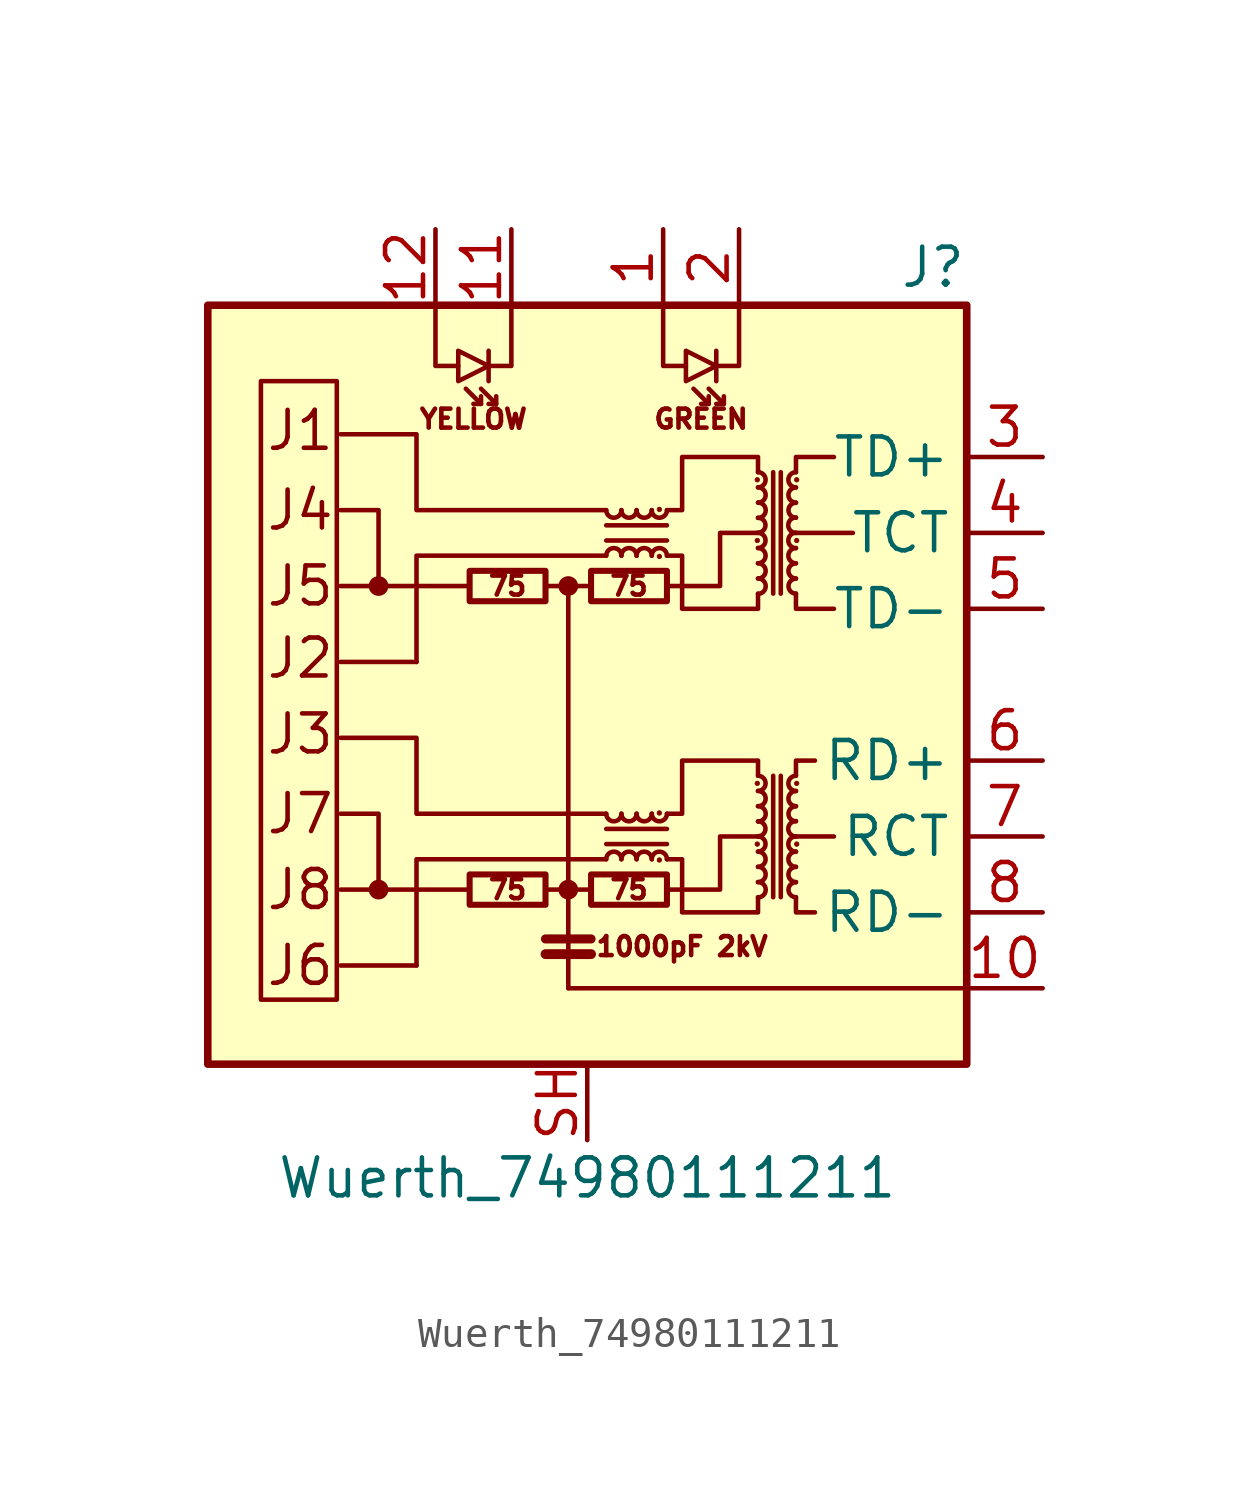
<source format=kicad_sym>
(kicad_symbol_lib
  (version 20201005)
  (generator kicad_symbol_editor)
  (symbol "Connector:Wuerth_74980111211"
    (property "Reference" "J"
      (at 12.7 13.97 0)
      (effects (font (size 1.27 1.27)) (justify right)))
    (property "Value" "Wuerth_74980111211"
      (at 0 -16.51 0)
      (effects (font (size 1.27 1.27))))
    (symbol "Wuerth_74980111211_0_0"
      (text "1000pF 2kV" (at 3.175 -8.763 0) (effects (font (size 0.635 0.635))))
      (text "75" (at -2.667 -6.858 0) (effects (font (size 0.635 0.635))))
      (text "75" (at -2.667 3.302 0) (effects (font (size 0.635 0.635))))
      (text "75" (at 1.397 -6.858 0) (effects (font (size 0.635 0.635))))
      (text "75" (at 1.397 3.302 0) (effects (font (size 0.635 0.635))))
      (text "GREEN" (at 3.81 8.89 0) (effects (font (size 0.635 0.635))))
      (text "J1" (at -10.795 8.509 0) (effects (font (size 1.27 1.27)) (justify left)))
      (text "J2" (at -10.795 0.889 0) (effects (font (size 1.27 1.27)) (justify left)))
      (text "J3" (at -10.795 -1.651 0) (effects (font (size 1.27 1.27)) (justify left)))
      (text "J4" (at -10.795 5.842 0) (effects (font (size 1.27 1.27)) (justify left)))
      (text "J5" (at -10.795 3.302 0) (effects (font (size 1.27 1.27)) (justify left)))
      (text "J6" (at -10.795 -9.398 0) (effects (font (size 1.27 1.27)) (justify left)))
      (text "J7" (at -10.795 -4.318 0) (effects (font (size 1.27 1.27)) (justify left)))
      (text "J8" (at -10.795 -6.858 0) (effects (font (size 1.27 1.27)) (justify left)))
      (text "YELLOW" (at -3.81 8.89 0) (effects (font (size 0.635 0.635))))
      (rectangle (start -12.7 12.7) (end 12.7 -12.7) (stroke (width 0.254)) (fill (type background)))
      (polyline (pts (xy -3.937 -6.858) (xy -8.255 -6.858)) (stroke (width 0)) (fill (type none)))
      (polyline (pts (xy -3.937 3.302) (xy -8.255 3.302)) (stroke (width 0)) (fill (type none)))
      (polyline (pts (xy -0.635 -10.16) (xy 12.7 -10.16)) (stroke (width 0)) (fill (type none)))
      (polyline (pts (xy 8.255 -5.08) (xy 6.985 -5.08)) (stroke (width 0)) (fill (type none)))
      (polyline (pts (xy 8.89 5.08) (xy 6.985 5.08)) (stroke (width 0)) (fill (type none)))
      (polyline (pts (xy 0.635 -4.318) (xy -5.715 -4.318) (xy -5.715 -1.778) (xy -8.255 -1.778)) (stroke (width 0)) (fill (type none)))
      (polyline (pts (xy 0.635 5.842) (xy -5.715 5.842) (xy -5.715 8.382) (xy -8.255 8.382)) (stroke (width 0)) (fill (type none)))
      (polyline (pts (xy 2.667 -6.858) (xy 4.445 -6.858) (xy 4.445 -5.08) (xy 5.715 -5.08)) (stroke (width 0)) (fill (type none)))
      (polyline (pts (xy 2.667 3.302) (xy 4.445 3.302) (xy 4.445 5.08) (xy 5.715 5.08)) (stroke (width 0)) (fill (type none))))
    (symbol "Wuerth_74980111211_0_1"
      (arc (start 1.143 -5.842) (end 0.635 -5.842) (radius (at 0.889 -5.842) (length 0.254) (angles 0.1 179.9)) (stroke (width 0)) (fill (type none)))
      (arc (start 0.635 -4.318) (end 1.143 -4.318) (radius (at 0.889 -4.318) (length 0.254) (angles -179.9 -0.1)) (stroke (width 0)) (fill (type none)))
      (arc (start 1.143 4.318) (end 0.635 4.318) (radius (at 0.889 4.318) (length 0.254) (angles 0.1 179.9)) (stroke (width 0)) (fill (type none)))
      (arc (start 0.635 5.842) (end 1.143 5.842) (radius (at 0.889 5.842) (length 0.254) (angles -179.9 -0.1)) (stroke (width 0)) (fill (type none)))
      (arc (start 1.651 -5.842) (end 1.143 -5.842) (radius (at 1.397 -5.842) (length 0.254) (angles 0.1 179.9)) (stroke (width 0)) (fill (type none)))
      (arc (start 1.143 -4.318) (end 1.651 -4.318) (radius (at 1.397 -4.318) (length 0.254) (angles -179.9 -0.1)) (stroke (width 0)) (fill (type none)))
      (arc (start 1.651 4.318) (end 1.143 4.318) (radius (at 1.397 4.318) (length 0.254) (angles 0.1 179.9)) (stroke (width 0)) (fill (type none)))
      (arc (start 1.143 5.842) (end 1.651 5.842) (radius (at 1.397 5.842) (length 0.254) (angles -179.9 -0.1)) (stroke (width 0)) (fill (type none)))
      (arc (start 2.159 -5.842) (end 1.651 -5.842) (radius (at 1.905 -5.842) (length 0.254) (angles 0.1 179.9)) (stroke (width 0)) (fill (type none)))
      (arc (start 1.651 -4.318) (end 2.159 -4.318) (radius (at 1.905 -4.318) (length 0.254) (angles -179.9 -0.1)) (stroke (width 0)) (fill (type none)))
      (arc (start 2.159 4.318) (end 1.651 4.318) (radius (at 1.905 4.318) (length 0.254) (angles 0.1 179.9)) (stroke (width 0)) (fill (type none)))
      (arc (start 1.651 5.842) (end 2.159 5.842) (radius (at 1.905 5.842) (length 0.254) (angles -179.9 -0.1)) (stroke (width 0)) (fill (type none)))
      (arc (start 2.667 -5.842) (end 2.159 -5.842) (radius (at 2.413 -5.842) (length 0.254) (angles 0.1 179.9)) (stroke (width 0)) (fill (type none)))
      (arc (start 2.159 -4.318) (end 2.667 -4.318) (radius (at 2.413 -4.318) (length 0.254) (angles -179.9 -0.1)) (stroke (width 0)) (fill (type none)))
      (arc (start 2.667 4.318) (end 2.159 4.318) (radius (at 2.413 4.318) (length 0.254) (angles 0.1 179.9)) (stroke (width 0)) (fill (type none)))
      (arc (start 2.159 5.842) (end 2.667 5.842) (radius (at 2.413 5.842) (length 0.254) (angles -179.9 -0.1)) (stroke (width 0)) (fill (type none)))
      (arc (start 5.715 -7.112) (end 5.715 -6.604) (radius (at 5.715 -6.858) (length 0.254) (angles -89.9 89.9)) (stroke (width 0)) (fill (type none)))
      (arc (start 5.715 -6.604) (end 5.715 -6.096) (radius (at 5.715 -6.35) (length 0.254) (angles -89.9 89.9)) (stroke (width 0)) (fill (type none)))
      (arc (start 5.715 -6.096) (end 5.715 -5.588) (radius (at 5.715 -5.842) (length 0.254) (angles -89.9 89.9)) (stroke (width 0)) (fill (type none)))
      (arc (start 5.715 -5.588) (end 5.715 -5.08) (radius (at 5.715 -5.334) (length 0.254) (angles -89.9 89.9)) (stroke (width 0)) (fill (type none)))
      (arc (start 5.715 -5.08) (end 5.715 -4.572) (radius (at 5.715 -4.826) (length 0.254) (angles -89.9 89.9)) (stroke (width 0)) (fill (type none)))
      (arc (start 5.715 -4.572) (end 5.715 -4.064) (radius (at 5.715 -4.318) (length 0.254) (angles -89.9 89.9)) (stroke (width 0)) (fill (type none)))
      (arc (start 5.715 -4.064) (end 5.715 -3.556) (radius (at 5.715 -3.81) (length 0.254) (angles -89.9 89.9)) (stroke (width 0)) (fill (type none)))
      (arc (start 5.715 -3.556) (end 5.715 -3.048) (radius (at 5.715 -3.302) (length 0.254) (angles -89.9 89.9)) (stroke (width 0)) (fill (type none)))
      (arc (start 5.715 3.048) (end 5.715 3.556) (radius (at 5.715 3.302) (length 0.254) (angles -89.9 89.9)) (stroke (width 0)) (fill (type none)))
      (arc (start 5.715 3.556) (end 5.715 4.064) (radius (at 5.715 3.81) (length 0.254) (angles -89.9 89.9)) (stroke (width 0)) (fill (type none)))
      (arc (start 5.715 4.064) (end 5.715 4.572) (radius (at 5.715 4.318) (length 0.254) (angles -89.9 89.9)) (stroke (width 0)) (fill (type none)))
      (arc (start 5.715 4.572) (end 5.715 5.08) (radius (at 5.715 4.826) (length 0.254) (angles -89.9 89.9)) (stroke (width 0)) (fill (type none)))
      (arc (start 5.715 5.08) (end 5.715 5.588) (radius (at 5.715 5.334) (length 0.254) (angles -89.9 89.9)) (stroke (width 0)) (fill (type none)))
      (arc (start 5.715 5.588) (end 5.715 6.096) (radius (at 5.715 5.842) (length 0.254) (angles -89.9 89.9)) (stroke (width 0)) (fill (type none)))
      (arc (start 5.715 6.096) (end 5.715 6.604) (radius (at 5.715 6.35) (length 0.254) (angles -89.9 89.9)) (stroke (width 0)) (fill (type none)))
      (arc (start 5.715 6.604) (end 5.715 7.112) (radius (at 5.715 6.858) (length 0.254) (angles -89.9 89.9)) (stroke (width 0)) (fill (type none)))
      (arc (start 6.985 -6.604) (end 6.985 -7.112) (radius (at 6.985 -6.858) (length 0.254) (angles 90.1 -90.1)) (stroke (width 0)) (fill (type none)))
      (arc (start 6.985 -6.096) (end 6.985 -6.604) (radius (at 6.985 -6.35) (length 0.254) (angles 90.1 -90.1)) (stroke (width 0)) (fill (type none)))
      (arc (start 6.985 -5.588) (end 6.985 -6.096) (radius (at 6.985 -5.842) (length 0.254) (angles 90.1 -90.1)) (stroke (width 0)) (fill (type none)))
      (arc (start 6.985 -5.08) (end 6.985 -5.588) (radius (at 6.985 -5.334) (length 0.254) (angles 90.1 -90.1)) (stroke (width 0)) (fill (type none)))
      (arc (start 6.985 -4.572) (end 6.985 -5.08) (radius (at 6.985 -4.826) (length 0.254) (angles 90.1 -90.1)) (stroke (width 0)) (fill (type none)))
      (arc (start 6.985 -4.064) (end 6.985 -4.572) (radius (at 6.985 -4.318) (length 0.254) (angles 90.1 -90.1)) (stroke (width 0)) (fill (type none)))
      (arc (start 6.985 -3.556) (end 6.985 -4.064) (radius (at 6.985 -3.81) (length 0.254) (angles 90.1 -90.1)) (stroke (width 0)) (fill (type none)))
      (arc (start 6.985 -3.048) (end 6.985 -3.556) (radius (at 6.985 -3.302) (length 0.254) (angles 90.1 -90.1)) (stroke (width 0)) (fill (type none)))
      (arc (start 6.985 3.556) (end 6.985 3.048) (radius (at 6.985 3.302) (length 0.254) (angles 90.1 -90.1)) (stroke (width 0)) (fill (type none)))
      (arc (start 6.985 4.064) (end 6.985 3.556) (radius (at 6.985 3.81) (length 0.254) (angles 90.1 -90.1)) (stroke (width 0)) (fill (type none)))
      (arc (start 6.985 4.572) (end 6.985 4.064) (radius (at 6.985 4.318) (length 0.254) (angles 90.1 -90.1)) (stroke (width 0)) (fill (type none)))
      (arc (start 6.985 5.08) (end 6.985 4.572) (radius (at 6.985 4.826) (length 0.254) (angles 90.1 -90.1)) (stroke (width 0)) (fill (type none)))
      (arc (start 6.985 5.588) (end 6.985 5.08) (radius (at 6.985 5.334) (length 0.254) (angles 90.1 -90.1)) (stroke (width 0)) (fill (type none)))
      (arc (start 6.985 6.096) (end 6.985 5.588) (radius (at 6.985 5.842) (length 0.254) (angles 90.1 -90.1)) (stroke (width 0)) (fill (type none)))
      (arc (start 6.985 6.604) (end 6.985 6.096) (radius (at 6.985 6.35) (length 0.254) (angles 90.1 -90.1)) (stroke (width 0)) (fill (type none)))
      (arc (start 6.985 7.112) (end 6.985 6.604) (radius (at 6.985 6.858) (length 0.254) (angles 90.1 -90.1)) (stroke (width 0)) (fill (type none)))
      (circle (center -6.985 -6.858) (radius 0.254) (stroke (width 0)) (fill (type outline)))
      (circle (center -6.985 3.302) (radius 0.254) (stroke (width 0)) (fill (type outline)))
      (circle (center -0.635 -6.858) (radius 0.254) (stroke (width 0)) (fill (type outline)))
      (circle (center -0.635 3.302) (radius 0.254) (stroke (width 0)) (fill (type outline)))
      (circle (center 2.413 -5.867) (radius 0.076) (stroke (width 0.025)) (fill (type outline)))
      (circle (center 2.413 -4.293) (radius 0.076) (stroke (width 0.025)) (fill (type outline)))
      (circle (center 2.413 4.293) (radius 0.076) (stroke (width 0.025)) (fill (type outline)))
      (circle (center 2.413 5.867) (radius 0.076) (stroke (width 0.025)) (fill (type outline)))
      (circle (center 5.69 -5.334) (radius 0.076) (stroke (width 0.025)) (fill (type outline)))
      (circle (center 5.69 -3.302) (radius 0.076) (stroke (width 0.025)) (fill (type outline)))
      (circle (center 5.69 4.826) (radius 0.076) (stroke (width 0.025)) (fill (type outline)))
      (circle (center 5.69 6.858) (radius 0.076) (stroke (width 0.025)) (fill (type outline)))
      (circle (center 7.01 -5.334) (radius 0.076) (stroke (width 0.025)) (fill (type outline)))
      (circle (center 7.01 -3.302) (radius 0.076) (stroke (width 0.025)) (fill (type outline)))
      (circle (center 7.01 4.826) (radius 0.076) (stroke (width 0.025)) (fill (type outline)))
      (circle (center 7.01 6.858) (radius 0.076) (stroke (width 0.025)) (fill (type outline)))
      (rectangle (start -8.382 -10.541) (end -10.922 10.16) (stroke (width 0)) (fill (type none)))
      (rectangle (start -3.937 -7.366) (end -1.397 -6.35) (stroke (width 0.203)) (fill (type none)))
      (rectangle (start -3.937 2.794) (end -1.397 3.81) (stroke (width 0.203)) (fill (type none)))
      (rectangle (start 0.127 -7.366) (end 2.667 -6.35) (stroke (width 0.203)) (fill (type none)))
      (rectangle (start 0.127 2.794) (end 2.667 3.81) (stroke (width 0.203)) (fill (type none)))
      (polyline (pts (xy -5.715 -9.398) (xy -8.255 -9.398)) (stroke (width 0)) (fill (type none)))
      (polyline (pts (xy -5.715 0.762) (xy -8.255 0.762)) (stroke (width 0)) (fill (type none)))
      (polyline (pts (xy -3.556 9.398) (xy -4.064 9.906)) (stroke (width 0)) (fill (type none)))
      (polyline (pts (xy -3.302 11.176) (xy -3.302 10.16)) (stroke (width 0)) (fill (type none)))
      (polyline (pts (xy -3.048 9.398) (xy -3.556 9.906)) (stroke (width 0)) (fill (type none)))
      (polyline (pts (xy -1.397 -9.017) (xy 0.127 -9.017)) (stroke (width 0.33)) (fill (type none)))
      (polyline (pts (xy -1.397 -8.509) (xy 0.127 -8.509)) (stroke (width 0.305)) (fill (type none)))
      (polyline (pts (xy -0.635 3.302) (xy -1.397 3.302)) (stroke (width 0)) (fill (type none)))
      (polyline (pts (xy 0.127 -6.858) (xy -1.397 -6.858)) (stroke (width 0)) (fill (type none)))
      (polyline (pts (xy 0.635 -5.334) (xy 2.667 -5.334)) (stroke (width 0)) (fill (type none)))
      (polyline (pts (xy 0.635 4.826) (xy 2.667 4.826)) (stroke (width 0)) (fill (type none)))
      (polyline (pts (xy 2.667 -4.826) (xy 0.635 -4.826)) (stroke (width 0)) (fill (type none)))
      (polyline (pts (xy 2.667 5.334) (xy 0.635 5.334)) (stroke (width 0)) (fill (type none)))
      (polyline (pts (xy 4.064 9.398) (xy 3.556 9.906)) (stroke (width 0)) (fill (type none)))
      (polyline (pts (xy 4.318 11.176) (xy 4.318 10.16)) (stroke (width 0)) (fill (type none)))
      (polyline (pts (xy 4.572 9.398) (xy 4.064 9.906)) (stroke (width 0)) (fill (type none)))
      (polyline (pts (xy 6.223 -3.048) (xy 6.223 -7.112)) (stroke (width 0)) (fill (type none)))
      (polyline (pts (xy 6.223 7.112) (xy 6.223 3.048)) (stroke (width 0)) (fill (type none)))
      (polyline (pts (xy 6.477 -7.112) (xy 6.477 -3.048)) (stroke (width 0)) (fill (type none)))
      (polyline (pts (xy 6.477 3.048) (xy 6.477 7.112)) (stroke (width 0)) (fill (type none)))
      (polyline (pts (xy -6.985 -6.858) (xy -6.985 -4.318) (xy -8.255 -4.318)) (stroke (width 0)) (fill (type none)))
      (polyline (pts (xy -6.985 3.302) (xy -6.985 5.842) (xy -8.255 5.842)) (stroke (width 0)) (fill (type none)))
      (polyline (pts (xy -5.08 12.7) (xy -5.08 10.668) (xy -4.318 10.668)) (stroke (width 0)) (fill (type none)))
      (polyline (pts (xy -3.556 9.652) (xy -3.556 9.398) (xy -3.81 9.398)) (stroke (width 0)) (fill (type none)))
      (polyline (pts (xy -3.048 9.652) (xy -3.048 9.398) (xy -3.302 9.398)) (stroke (width 0)) (fill (type none)))
      (polyline (pts (xy -2.54 12.7) (xy -2.54 10.668) (xy -3.302 10.668)) (stroke (width 0)) (fill (type none)))
      (polyline (pts (xy -0.635 -10.16) (xy -0.635 3.302) (xy 0 3.302)) (stroke (width 0)) (fill (type none)))
      (polyline (pts (xy 0.635 -5.842) (xy -5.715 -5.842) (xy -5.715 -9.398)) (stroke (width 0)) (fill (type none)))
      (polyline (pts (xy 0.635 4.318) (xy -5.715 4.318) (xy -5.715 0.762)) (stroke (width 0)) (fill (type none)))
      (polyline (pts (xy 2.54 12.7) (xy 2.54 10.668) (xy 3.302 10.668)) (stroke (width 0)) (fill (type none)))
      (polyline (pts (xy 4.064 9.652) (xy 4.064 9.398) (xy 3.81 9.398)) (stroke (width 0)) (fill (type none)))
      (polyline (pts (xy 4.572 9.652) (xy 4.572 9.398) (xy 4.318 9.398)) (stroke (width 0)) (fill (type none)))
      (polyline (pts (xy 5.08 12.7) (xy 5.08 10.668) (xy 4.318 10.668)) (stroke (width 0)) (fill (type none)))
      (polyline (pts (xy 6.985 -7.112) (xy 6.985 -7.62) (xy 7.62 -7.62)) (stroke (width 0)) (fill (type none)))
      (polyline (pts (xy 6.985 -3.048) (xy 6.985 -2.54) (xy 7.62 -2.54)) (stroke (width 0)) (fill (type none)))
      (polyline (pts (xy 6.985 3.048) (xy 6.985 2.54) (xy 8.255 2.54)) (stroke (width 0)) (fill (type none)))
      (polyline (pts (xy 6.985 7.112) (xy 6.985 7.62) (xy 8.255 7.62)) (stroke (width 0)) (fill (type none)))
      (polyline (pts (xy -3.302 10.668) (xy -4.318 11.176) (xy -4.318 10.16) (xy -3.302 10.668)) (stroke (width 0)) (fill (type none)))
      (polyline (pts (xy 4.318 10.668) (xy 3.302 11.176) (xy 3.302 10.16) (xy 4.318 10.668)) (stroke (width 0)) (fill (type none)))
      (polyline (pts (xy 2.667 -4.318) (xy 3.175 -4.318) (xy 3.175 -2.54) (xy 5.715 -2.54) (xy 5.715 -3.048)) (stroke (width 0)) (fill (type none)))
      (polyline (pts (xy 2.667 5.842) (xy 3.175 5.842) (xy 3.175 7.62) (xy 5.715 7.62) (xy 5.715 7.112)) (stroke (width 0)) (fill (type none)))
      (polyline (pts (xy 5.715 -7.112) (xy 5.715 -7.62) (xy 3.175 -7.62) (xy 3.175 -5.842) (xy 2.667 -5.842)) (stroke (width 0)) (fill (type none)))
      (polyline (pts (xy 5.715 3.048) (xy 5.715 2.54) (xy 3.175 2.54) (xy 3.175 4.318) (xy 2.667 4.318)) (stroke (width 0)) (fill (type none))))
    (symbol "Wuerth_74980111211_1_1"
      (pin passive line (at 2.54 15.24 270) (length 2.54) (name "~" (effects (font (size 1.27 1.27)))) (number "1" (effects (font (size 1.27 1.27)))))
      (pin passive line (at 15.24 -10.16 180) (length 2.54) (name "~" (effects (font (size 1.27 1.27)))) (number "10" (effects (font (size 1.27 1.27)))))
      (pin passive line (at -2.54 15.24 270) (length 2.54) (name "~" (effects (font (size 1.27 1.27)))) (number "11" (effects (font (size 1.27 1.27)))))
      (pin passive line (at -5.08 15.24 270) (length 2.54) (name "~" (effects (font (size 1.27 1.27)))) (number "12" (effects (font (size 1.27 1.27)))))
      (pin passive line (at 5.08 15.24 270) (length 2.54) (name "~" (effects (font (size 1.27 1.27)))) (number "2" (effects (font (size 1.27 1.27)))))
      (pin passive line (at 15.24 7.62 180) (length 2.54) (name "TD+" (effects (font (size 1.27 1.27)))) (number "3" (effects (font (size 1.27 1.27)))))
      (pin passive line (at 15.24 5.08 180) (length 2.54) (name "TCT" (effects (font (size 1.27 1.27)))) (number "4" (effects (font (size 1.27 1.27)))))
      (pin passive line (at 15.24 2.54 180) (length 2.54) (name "TD-" (effects (font (size 1.27 1.27)))) (number "5" (effects (font (size 1.27 1.27)))))
      (pin passive line (at 15.24 -2.54 180) (length 2.54) (name "RD+" (effects (font (size 1.27 1.27)))) (number "6" (effects (font (size 1.27 1.27)))))
      (pin passive line (at 15.24 -5.08 180) (length 2.54) (name "RCT" (effects (font (size 1.27 1.27)))) (number "7" (effects (font (size 1.27 1.27)))))
      (pin passive line (at 15.24 -7.62 180) (length 2.54) (name "RD-" (effects (font (size 1.27 1.27)))) (number "8" (effects (font (size 1.27 1.27)))))
      (pin passive line (at 0 -15.24 90) (length 2.54) (name "~" (effects (font (size 1.27 1.27)))) (number "SH" (effects (font (size 1.27 1.27))))))))
</source>
